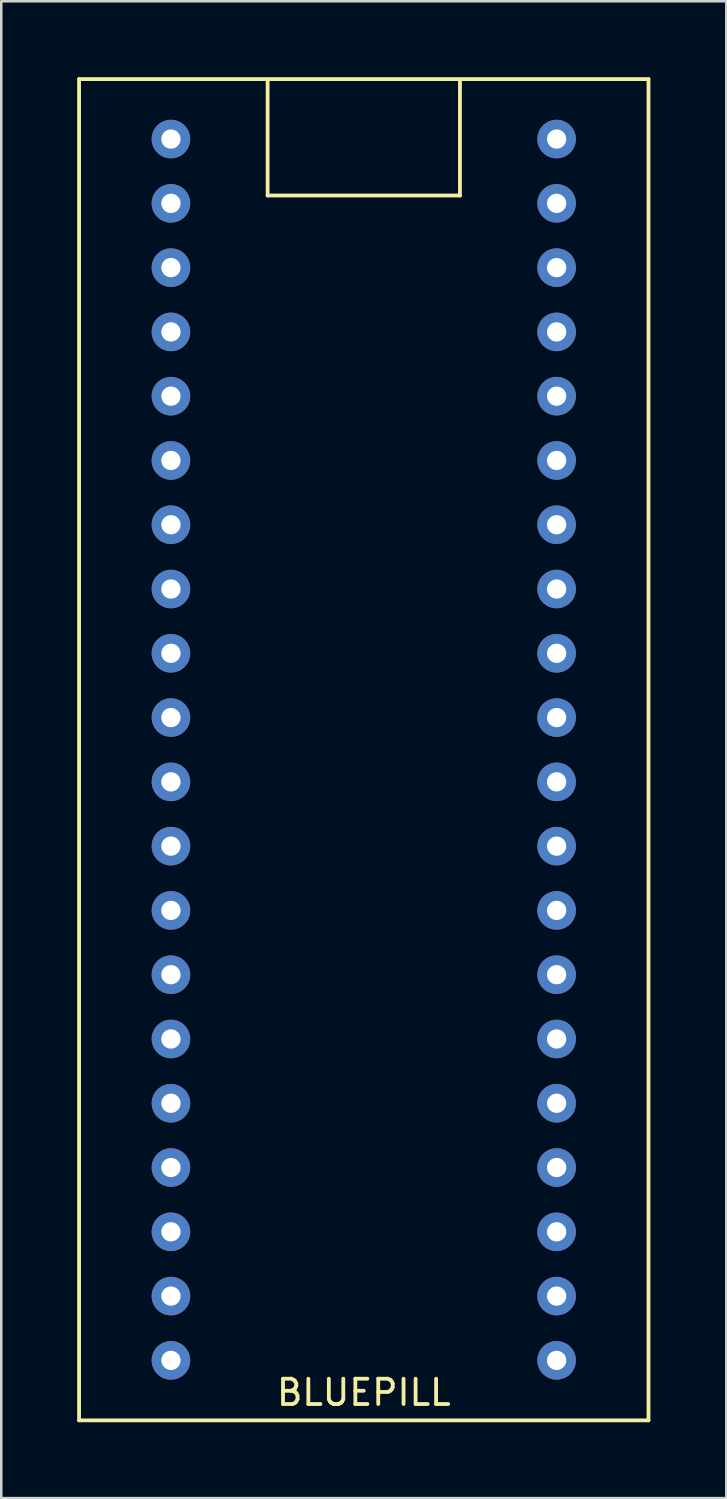
<source format=kicad_pcb>
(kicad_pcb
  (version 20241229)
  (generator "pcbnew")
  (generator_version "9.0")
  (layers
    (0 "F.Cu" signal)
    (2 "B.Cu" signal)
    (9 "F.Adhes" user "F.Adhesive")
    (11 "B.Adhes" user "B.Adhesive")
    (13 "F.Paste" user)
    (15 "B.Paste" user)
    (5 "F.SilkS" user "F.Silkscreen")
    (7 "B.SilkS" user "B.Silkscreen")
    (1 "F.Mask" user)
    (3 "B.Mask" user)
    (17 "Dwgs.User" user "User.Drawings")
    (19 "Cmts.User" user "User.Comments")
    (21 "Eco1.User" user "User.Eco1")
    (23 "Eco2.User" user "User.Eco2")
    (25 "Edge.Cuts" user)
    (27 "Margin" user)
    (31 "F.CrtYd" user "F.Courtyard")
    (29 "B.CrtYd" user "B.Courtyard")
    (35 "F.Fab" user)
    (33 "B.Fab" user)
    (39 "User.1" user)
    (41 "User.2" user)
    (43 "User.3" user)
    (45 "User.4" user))
  (footprint "BLUEPILL"
    (layer "F.Cu")
    (at 11.325 26.575)
    (property "Reference" "BLUEPILL" (at 0 25.4 0) (layer "F.SilkS") (effects (font (size 1 1) (thickness 0.15))))
    (attr through_hole)
    (fp_line (start -11.25 -26.5) (end 11.25 -26.5) (stroke (width 0.15) (type solid)) (layer "F.SilkS"))
    (fp_line (start -11.25 26.5) (end -11.25 -26.5) (stroke (width 0.15) (type solid)) (layer "F.SilkS"))
    (fp_line (start -3.8 -26.4) (end -3.8 -21.9) (stroke (width 0.15) (type solid)) (layer "F.SilkS"))
    (fp_line (start -3.8 -21.9) (end 3.8 -21.9) (stroke (width 0.15) (type solid)) (layer "F.SilkS"))
    (fp_line (start 3.8 -21.9) (end 3.8 -26.4) (stroke (width 0.15) (type solid)) (layer "F.SilkS"))
    (fp_line (start 11.25 -26.5) (end 11.25 26.5) (stroke (width 0.15) (type solid)) (layer "F.SilkS"))
    (fp_line (start 11.25 26.5) (end -11.25 26.5) (stroke (width 0.15) (type solid)) (layer "F.SilkS"))
    (pad "3V3" thru_hole circle (at -7.62 24.13) (size 1.524 1.524) (drill 0.762) (layers "*.Cu" "*.Mask"))
    (pad "3V3" thru_hole circle (at 7.62 -19.05) (size 1.524 1.524) (drill 0.762) (layers "*.Cu" "*.Mask"))
    (pad "5V" thru_hole circle (at -7.62 19.05) (size 1.524 1.524) (drill 0.762) (layers "*.Cu" "*.Mask"))
    (pad "G" thru_hole circle (at -7.62 21.59) (size 1.524 1.524) (drill 0.762) (layers "*.Cu" "*.Mask"))
    (pad "G" thru_hole circle (at 7.62 -24.13) (size 1.524 1.524) (drill 0.762) (layers "*.Cu" "*.Mask"))
    (pad "G" thru_hole circle (at 7.62 -21.59) (size 1.524 1.524) (drill 0.762) (layers "*.Cu" "*.Mask"))
    (pad "NRST" thru_hole circle (at 7.62 -16.51) (size 1.524 1.524) (drill 0.762) (layers "*.Cu" "*.Mask"))
    (pad "PA0" thru_hole circle (at 7.62 13.97) (size 1.524 1.524) (drill 0.762) (layers "*.Cu" "*.Mask"))
    (pad "PA1" thru_hole circle (at 7.62 11.43) (size 1.524 1.524) (drill 0.762) (layers "*.Cu" "*.Mask"))
    (pad "PA2" thru_hole circle (at 7.62 8.89) (size 1.524 1.524) (drill 0.762) (layers "*.Cu" "*.Mask"))
    (pad "PA3" thru_hole circle (at 7.62 6.35) (size 1.524 1.524) (drill 0.762) (layers "*.Cu" "*.Mask"))
    (pad "PA4" thru_hole circle (at 7.62 3.81) (size 1.524 1.524) (drill 0.762) (layers "*.Cu" "*.Mask"))
    (pad "PA5" thru_hole circle (at 7.62 1.27) (size 1.524 1.524) (drill 0.762) (layers "*.Cu" "*.Mask"))
    (pad "PA6" thru_hole circle (at 7.62 -1.27) (size 1.524 1.524) (drill 0.762) (layers "*.Cu" "*.Mask"))
    (pad "PA7" thru_hole circle (at 7.62 -3.81) (size 1.524 1.524) (drill 0.762) (layers "*.Cu" "*.Mask"))
    (pad "PA8" thru_hole circle (at -7.62 -13.97) (size 1.524 1.524) (drill 0.762) (layers "*.Cu" "*.Mask"))
    (pad "PA9" thru_hole circle (at -7.62 -11.43) (size 1.524 1.524) (drill 0.762) (layers "*.Cu" "*.Mask"))
    (pad "PA10" thru_hole circle (at -7.62 -8.89) (size 1.524 1.524) (drill 0.762) (layers "*.Cu" "*.Mask"))
    (pad "PA11" thru_hole circle (at -7.62 -6.35) (size 1.524 1.524) (drill 0.762) (layers "*.Cu" "*.Mask"))
    (pad "PA12" thru_hole circle (at -7.62 -3.81) (size 1.524 1.524) (drill 0.762) (layers "*.Cu" "*.Mask"))
    (pad "PA15" thru_hole circle (at -7.62 -1.27) (size 1.524 1.524) (drill 0.762) (layers "*.Cu" "*.Mask"))
    (pad "PB0" thru_hole circle (at 7.62 -6.35) (size 1.524 1.524) (drill 0.762) (layers "*.Cu" "*.Mask"))
    (pad "PB1" thru_hole circle (at 7.62 -8.89) (size 1.524 1.524) (drill 0.762) (layers "*.Cu" "*.Mask"))
    (pad "PB3" thru_hole circle (at -7.62 1.27) (size 1.524 1.524) (drill 0.762) (layers "*.Cu" "*.Mask"))
    (pad "PB4" thru_hole circle (at -7.62 3.81) (size 1.524 1.524) (drill 0.762) (layers "*.Cu" "*.Mask"))
    (pad "PB5" thru_hole circle (at -7.62 6.35) (size 1.524 1.524) (drill 0.762) (layers "*.Cu" "*.Mask"))
    (pad "PB6" thru_hole circle (at -7.62 8.89) (size 1.524 1.524) (drill 0.762) (layers "*.Cu" "*.Mask"))
    (pad "PB7" thru_hole circle (at -7.62 11.43) (size 1.524 1.524) (drill 0.762) (layers "*.Cu" "*.Mask"))
    (pad "PB8" thru_hole circle (at -7.62 13.97) (size 1.524 1.524) (drill 0.762) (layers "*.Cu" "*.Mask"))
    (pad "PB9" thru_hole circle (at -7.62 16.51) (size 1.524 1.524) (drill 0.762) (layers "*.Cu" "*.Mask"))
    (pad "PB10" thru_hole circle (at 7.62 -11.43) (size 1.524 1.524) (drill 0.762) (layers "*.Cu" "*.Mask"))
    (pad "PB11" thru_hole circle (at 7.62 -13.97) (size 1.524 1.524) (drill 0.762) (layers "*.Cu" "*.Mask"))
    (pad "PB12" thru_hole circle (at -7.62 -24.13) (size 1.524 1.524) (drill 0.762) (layers "*.Cu" "*.Mask"))
    (pad "PB13" thru_hole circle (at -7.62 -21.59) (size 1.524 1.524) (drill 0.762) (layers "*.Cu" "*.Mask"))
    (pad "PB14" thru_hole circle (at -7.62 -19.05) (size 1.524 1.524) (drill 0.762) (layers "*.Cu" "*.Mask"))
    (pad "PB15" thru_hole circle (at -7.62 -16.51) (size 1.524 1.524) (drill 0.762) (layers "*.Cu" "*.Mask"))
    (pad "PC13" thru_hole circle (at 7.62 21.59) (size 1.524 1.524) (drill 0.762) (layers "*.Cu" "*.Mask"))
    (pad "PC14" thru_hole circle (at 7.62 19.05) (size 1.524 1.524) (drill 0.762) (layers "*.Cu" "*.Mask"))
    (pad "PC15" thru_hole circle (at 7.62 16.51) (size 1.524 1.524) (drill 0.762) (layers "*.Cu" "*.Mask"))
    (pad "VBAT" thru_hole circle (at 7.62 24.13) (size 1.524 1.524) (drill 0.762) (layers "*.Cu" "*.Mask")))
  (gr_rect
    (start -3 -3)
    (end 25.65 56.15)
    (stroke (width 0.1) (type default))
    (fill no)
    (layer "Edge.Cuts")))
</source>
